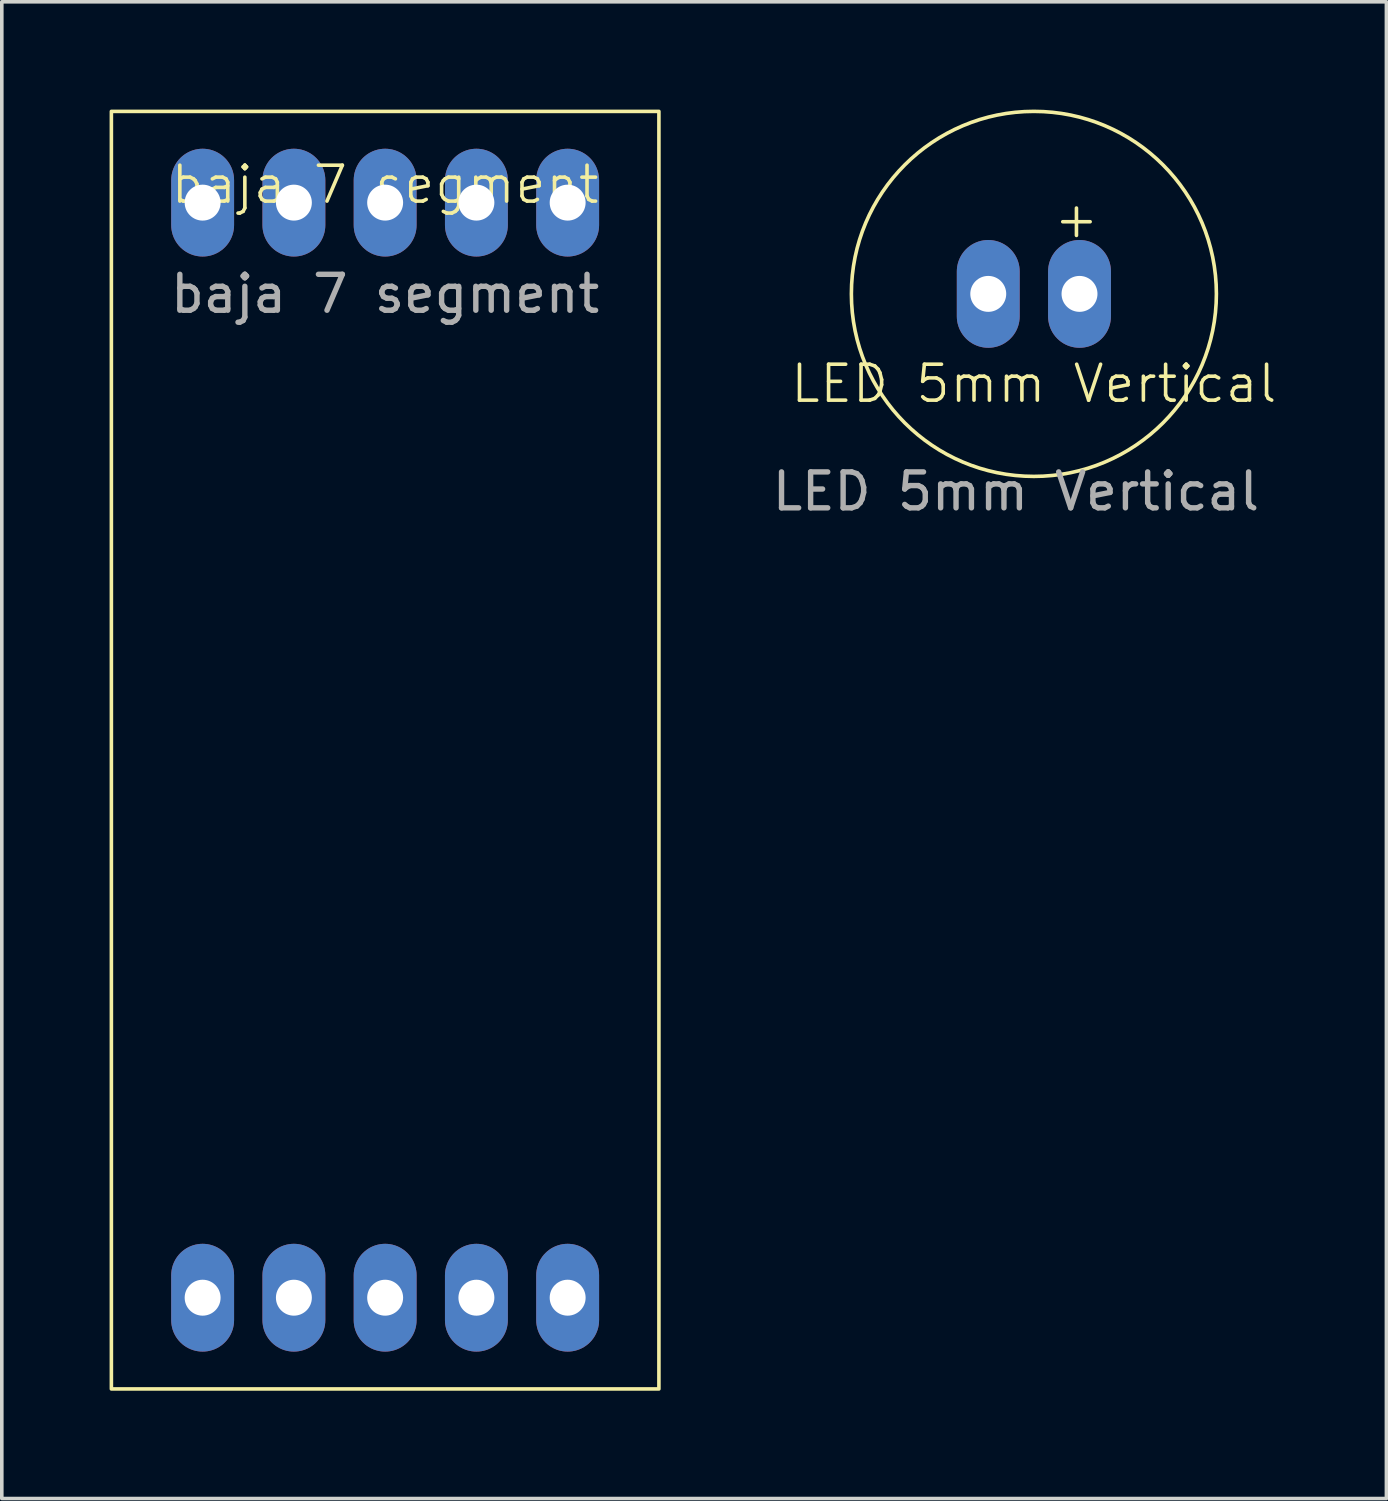
<source format=kicad_pcb>
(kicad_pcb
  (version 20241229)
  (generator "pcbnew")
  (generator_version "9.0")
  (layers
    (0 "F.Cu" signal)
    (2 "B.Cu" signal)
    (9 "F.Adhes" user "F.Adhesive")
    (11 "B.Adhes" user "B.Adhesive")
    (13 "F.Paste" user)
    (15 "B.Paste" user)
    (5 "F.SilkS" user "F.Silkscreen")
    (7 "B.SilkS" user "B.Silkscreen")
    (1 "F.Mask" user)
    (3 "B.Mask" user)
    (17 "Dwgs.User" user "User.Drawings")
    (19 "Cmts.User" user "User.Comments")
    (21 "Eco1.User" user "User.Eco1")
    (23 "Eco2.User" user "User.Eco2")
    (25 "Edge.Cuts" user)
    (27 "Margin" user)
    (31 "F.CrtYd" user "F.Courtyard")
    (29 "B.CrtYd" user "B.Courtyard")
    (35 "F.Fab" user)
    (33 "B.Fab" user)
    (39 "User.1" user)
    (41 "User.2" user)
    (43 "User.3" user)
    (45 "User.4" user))
  (footprint "LED 5mm Vertical"
    (layer "F.Cu")
    (at 25.727 5.13)
    (property "Reference" "LED 5mm Vertical" (at 0 2.5 0) (unlocked yes) (layer "F.SilkS") (effects (font (size 1 1) (thickness 0.1))))
    (attr through_hole)
    (fp_circle (center 0 0) (end 5.08 0) (stroke (width 0.1) (type default)) (fill no) (layer "F.SilkS"))
    (fp_text user "+" (at 0.5 -1.5 0) (unlocked yes) (layer "F.SilkS") (effects (font (size 1 1) (thickness 0.1)) (justify left bottom)))
    (fp_text user "${REFERENCE}" (at -0.5 5.5 0) (unlocked yes) (layer "F.Fab") (effects (font (size 1 1) (thickness 0.15))))
    (pad "1" thru_hole oval (at -1.27 0) (size 1.75 3) (drill 1) (layers "*.Cu" "*.Mask"))
    (pad "2" thru_hole oval (at 1.27 0) (size 1.75 3) (drill 1) (layers "*.Cu" "*.Mask")))
  (footprint "baja 7 segment"
    (layer "F.Cu")
    (at 7.67 2.59)
    (property "Reference" "baja 7 segment" (at 0 -0.5 0) (unlocked yes) (layer "F.SilkS") (effects (font (size 1 1) (thickness 0.1))))
    (attr through_hole)
    (fp_rect (start -7.62 -2.54) (end 7.62 33.02) (stroke (width 0.1) (type default)) (fill no) (layer "F.SilkS"))
    (fp_text user "${REFERENCE}" (at 0 2.54 0) (unlocked yes) (layer "F.Fab") (effects (font (size 1 1) (thickness 0.15))))
    (pad "1" thru_hole oval (at 5.08 0) (size 1.75 3) (drill 1) (layers "*.Cu" "*.Mask"))
    (pad "2" thru_hole oval (at 2.54 0) (size 1.75 3) (drill 1) (layers "*.Cu" "*.Mask"))
    (pad "3" thru_hole oval (at 0 0) (size 1.75 3) (drill 1) (layers "*.Cu" "*.Mask"))
    (pad "4" thru_hole oval (at -2.54 0) (size 1.75 3) (drill 1) (layers "*.Cu" "*.Mask"))
    (pad "5" thru_hole oval (at -5.08 0) (size 1.75 3) (drill 1) (layers "*.Cu" "*.Mask"))
    (pad "6" thru_hole oval (at -5.08 30.48) (size 1.75 3) (drill 1) (layers "*.Cu" "*.Mask"))
    (pad "7" thru_hole oval (at -2.54 30.48) (size 1.75 3) (drill 1) (layers "*.Cu" "*.Mask"))
    (pad "8" thru_hole oval (at 0 30.48) (size 1.75 3) (drill 1) (layers "*.Cu" "*.Mask"))
    (pad "9" thru_hole oval (at 2.54 30.48) (size 1.75 3) (drill 1) (layers "*.Cu" "*.Mask"))
    (pad "10" thru_hole oval (at 5.08 30.48) (size 1.75 3) (drill 1) (layers "*.Cu" "*.Mask")))
  (gr_rect
    (start -3 -3)
    (end 35.539 38.66)
    (stroke (width 0.1) (type default))
    (fill no)
    (layer "Edge.Cuts")))
</source>
